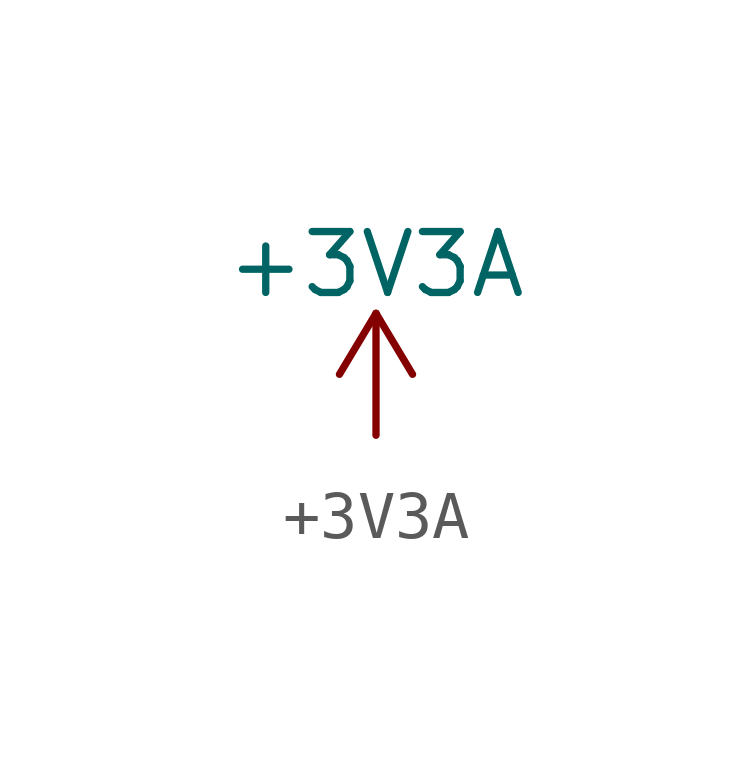
<source format=kicad_sym>
(kicad_symbol_lib
  (version 20211014)
  (generator kicad_symbol_editor)
  (symbol "+3V3A"
    (power)
    (pin_names
      (offset 0))
    (property "Reference" "#PWR"
      (at 0 -3.81 0)
      (effects (font (size 1.27 1.27)) hide))
    (property "Value" "+3V3A"
      (at 0 3.556 0)
      (effects (font (size 1.27 1.27))))
    (symbol "+3V3A_0_1"
      (polyline (pts (xy -0.762 1.27) (xy 0 2.54)) (stroke (width 0) (type default) (color 0 0 0 0)) (fill (type none)))
      (polyline (pts (xy 0 0) (xy 0 2.54)) (stroke (width 0) (type default) (color 0 0 0 0)) (fill (type none)))
      (polyline (pts (xy 0 2.54) (xy 0.762 1.27)) (stroke (width 0) (type default) (color 0 0 0 0)) (fill (type none))))
    (symbol "+3V3A_1_1"
      (pin power_in line (at 0 0 90) (length 0) hide (name "+3V3A" (effects (font (size 1.27 1.27)))) (number "1" (effects (font (size 1.27 1.27))))))))
</source>
